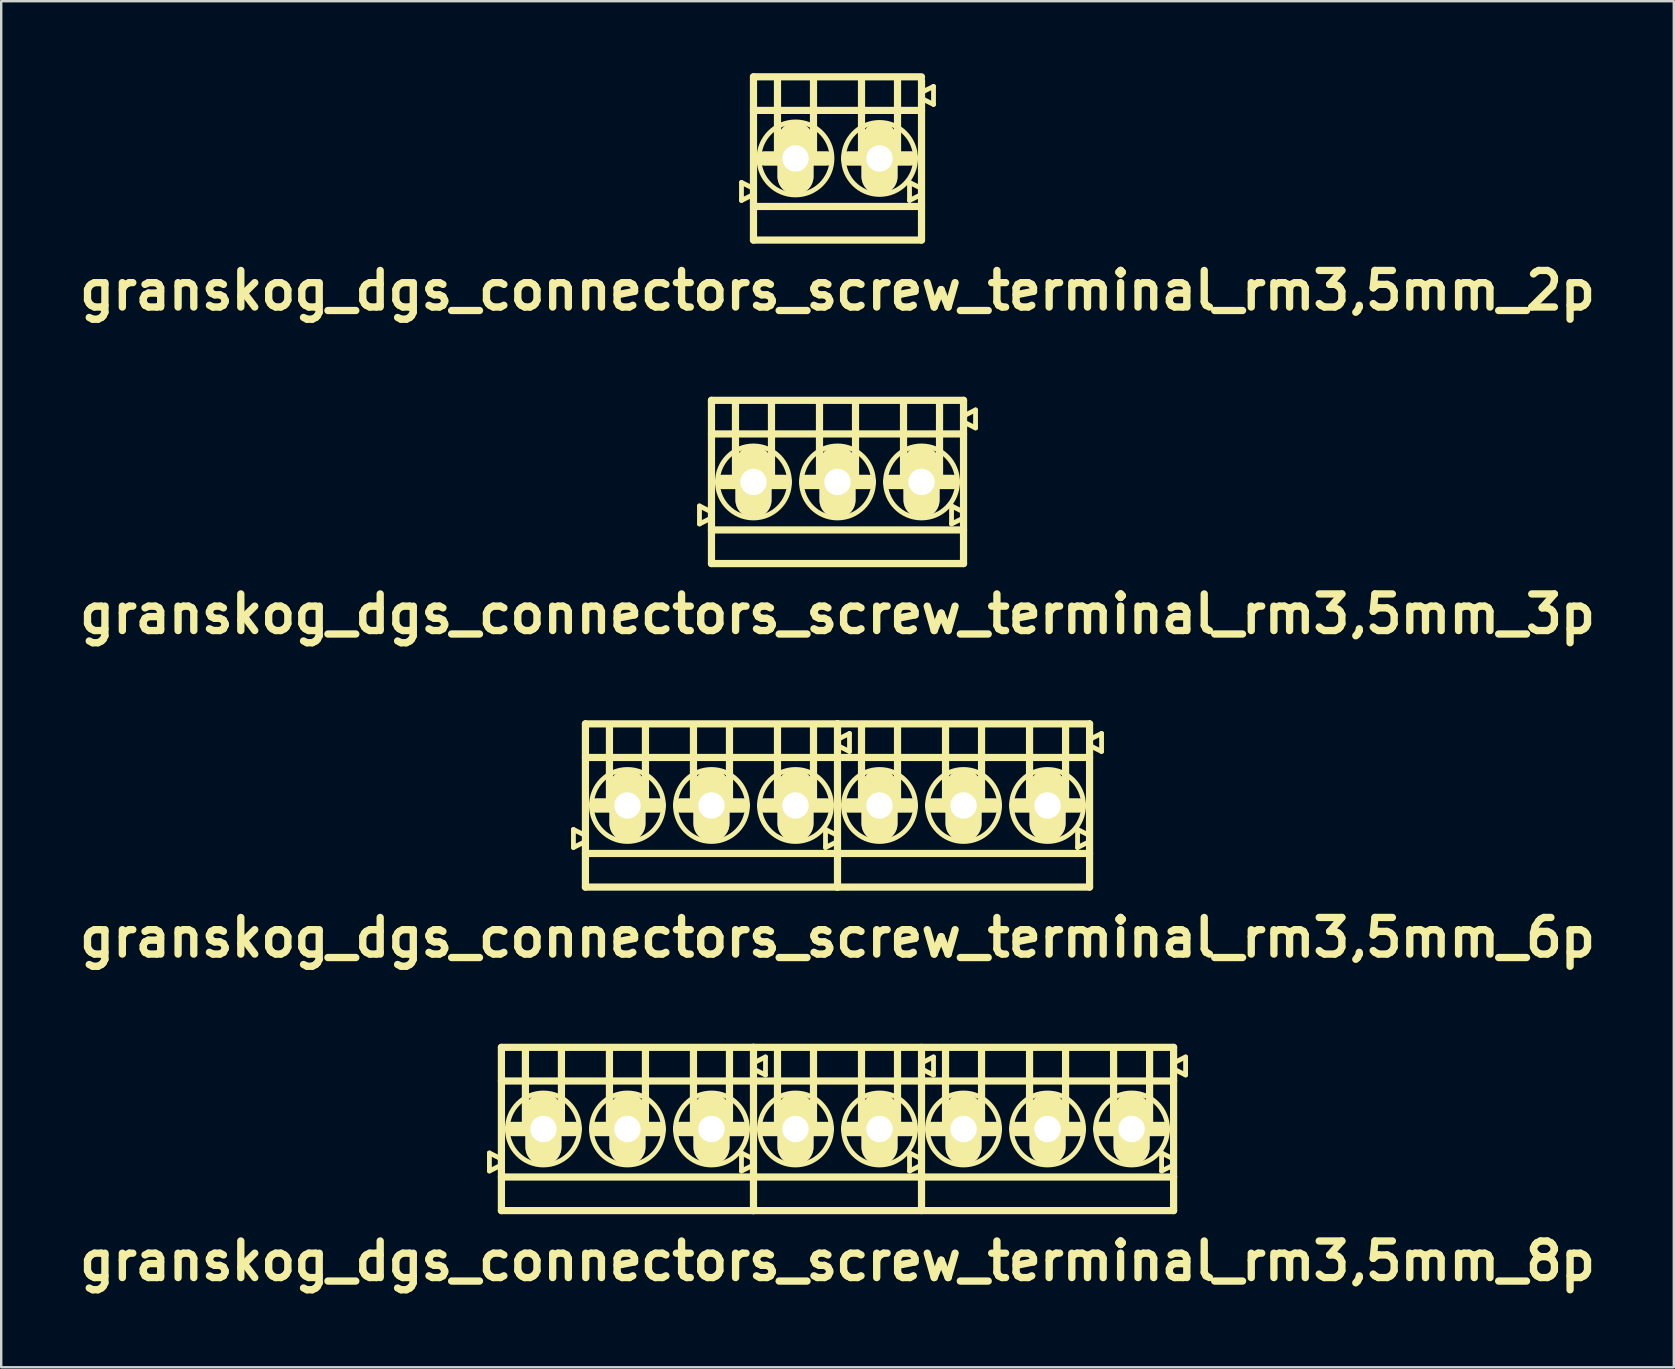
<source format=kicad_pcb>
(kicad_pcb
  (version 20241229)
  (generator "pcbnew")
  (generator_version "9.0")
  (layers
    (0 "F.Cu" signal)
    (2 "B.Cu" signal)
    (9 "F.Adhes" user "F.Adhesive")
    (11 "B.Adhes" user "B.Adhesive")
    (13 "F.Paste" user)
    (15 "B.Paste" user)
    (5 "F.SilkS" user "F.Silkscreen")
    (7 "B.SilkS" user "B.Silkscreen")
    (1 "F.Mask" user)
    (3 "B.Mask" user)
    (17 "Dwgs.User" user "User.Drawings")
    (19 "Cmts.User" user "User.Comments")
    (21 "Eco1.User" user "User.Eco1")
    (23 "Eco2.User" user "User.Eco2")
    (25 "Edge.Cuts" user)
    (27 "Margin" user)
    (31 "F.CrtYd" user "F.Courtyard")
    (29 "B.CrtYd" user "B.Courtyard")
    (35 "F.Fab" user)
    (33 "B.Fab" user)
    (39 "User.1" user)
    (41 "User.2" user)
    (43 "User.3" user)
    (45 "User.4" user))
  (footprint "granskog_dgs_connectors_screw_terminal_rm3,5mm_8p"
    (layer "F.Cu")
    (at 19.587 43.979)
    (property "Reference" "granskog_dgs_connectors_screw_terminal_rm3,5mm_8p" (at 12.25 5.5 0) (layer "F.SilkS") (effects (font (size 1.524 1.524) (thickness 0.305))))
    (attr through_hole)
    (fp_line (start -2.25 1) (end -1.75 1.25) (stroke (width 0.2) (type solid)) (layer "F.SilkS"))
    (fp_line (start -2.25 1.75) (end -2.25 1) (stroke (width 0.2) (type solid)) (layer "F.SilkS"))
    (fp_line (start -1.75 -3.4) (end -1.75 3.4) (stroke (width 0.3) (type solid)) (layer "F.SilkS"))
    (fp_line (start -1.75 -2) (end 8.75 -2) (stroke (width 0.3) (type solid)) (layer "F.SilkS"))
    (fp_line (start -1.75 1.5) (end -2.25 1.75) (stroke (width 0.2) (type solid)) (layer "F.SilkS"))
    (fp_line (start -1.75 2) (end 8.75 2) (stroke (width 0.3) (type solid)) (layer "F.SilkS"))
    (fp_line (start -1.75 3.4) (end 8.75 3.4) (stroke (width 0.3) (type solid)) (layer "F.SilkS"))
    (fp_line (start -1.3 0) (end 1.3 0) (stroke (width 0.6) (type solid)) (layer "F.SilkS"))
    (fp_line (start -0.75 0) (end -0.75 -3.25) (stroke (width 0.3) (type solid)) (layer "F.SilkS"))
    (fp_line (start 0.75 0) (end 0.75 -3.25) (stroke (width 0.3) (type solid)) (layer "F.SilkS"))
    (fp_line (start 2.2 0) (end 4.8 0) (stroke (width 0.6) (type solid)) (layer "F.SilkS"))
    (fp_line (start 2.75 0) (end 2.75 -3.25) (stroke (width 0.3) (type solid)) (layer "F.SilkS"))
    (fp_line (start 4.25 0) (end 4.25 -3.25) (stroke (width 0.3) (type solid)) (layer "F.SilkS"))
    (fp_line (start 5.7 0) (end 8.3 0) (stroke (width 0.6) (type solid)) (layer "F.SilkS"))
    (fp_line (start 6.25 0) (end 6.25 -3.25) (stroke (width 0.3) (type solid)) (layer "F.SilkS"))
    (fp_line (start 7.75 0) (end 7.75 -3.25) (stroke (width 0.3) (type solid)) (layer "F.SilkS"))
    (fp_line (start 8.25 1) (end 8.25 1.75) (stroke (width 0.2) (type solid)) (layer "F.SilkS"))
    (fp_line (start 8.25 1.75) (end 8.75 1.5) (stroke (width 0.2) (type solid)) (layer "F.SilkS"))
    (fp_line (start 8.75 -3.4) (end -1.75 -3.4) (stroke (width 0.3) (type solid)) (layer "F.SilkS"))
    (fp_line (start 8.75 -2.75) (end 9.25 -3) (stroke (width 0.2) (type solid)) (layer "F.SilkS"))
    (fp_line (start 8.75 -2) (end 15.75 -2) (stroke (width 0.3) (type solid)) (layer "F.SilkS"))
    (fp_line (start 8.75 1.25) (end 8.25 1) (stroke (width 0.2) (type solid)) (layer "F.SilkS"))
    (fp_line (start 8.75 3.4) (end 8.75 -3.4) (stroke (width 0.3) (type solid)) (layer "F.SilkS"))
    (fp_line (start 8.75 3.4) (end 15.75 3.4) (stroke (width 0.3) (type solid)) (layer "F.SilkS"))
    (fp_line (start 9.2 0) (end 11.8 0) (stroke (width 0.6) (type solid)) (layer "F.SilkS"))
    (fp_line (start 9.25 -3) (end 9.25 -2.25) (stroke (width 0.2) (type solid)) (layer "F.SilkS"))
    (fp_line (start 9.25 -2.25) (end 8.75 -2.5) (stroke (width 0.2) (type solid)) (layer "F.SilkS"))
    (fp_line (start 9.75 0) (end 9.75 -3.25) (stroke (width 0.3) (type solid)) (layer "F.SilkS"))
    (fp_line (start 11.25 0) (end 11.25 -3.25) (stroke (width 0.3) (type solid)) (layer "F.SilkS"))
    (fp_line (start 12.7 0) (end 15.3 0) (stroke (width 0.6) (type solid)) (layer "F.SilkS"))
    (fp_line (start 13.25 0) (end 13.25 -3.25) (stroke (width 0.3) (type solid)) (layer "F.SilkS"))
    (fp_line (start 14.75 0) (end 14.75 -3.25) (stroke (width 0.3) (type solid)) (layer "F.SilkS"))
    (fp_line (start 15.25 1) (end 15.75 1.25) (stroke (width 0.2) (type solid)) (layer "F.SilkS"))
    (fp_line (start 15.25 1.75) (end 15.25 1) (stroke (width 0.2) (type solid)) (layer "F.SilkS"))
    (fp_line (start 15.75 -3.4) (end 8.75 -3.4) (stroke (width 0.3) (type solid)) (layer "F.SilkS"))
    (fp_line (start 15.75 -3.25) (end 15.75 3.25) (stroke (width 0.3) (type solid)) (layer "F.SilkS"))
    (fp_line (start 15.75 -2.75) (end 16.25 -3) (stroke (width 0.2) (type solid)) (layer "F.SilkS"))
    (fp_line (start 15.75 -2) (end 26.25 -2) (stroke (width 0.3) (type solid)) (layer "F.SilkS"))
    (fp_line (start 15.75 1.5) (end 15.25 1.75) (stroke (width 0.2) (type solid)) (layer "F.SilkS"))
    (fp_line (start 15.75 2) (end 8.75 2) (stroke (width 0.3) (type solid)) (layer "F.SilkS"))
    (fp_line (start 15.75 2) (end 26.25 2) (stroke (width 0.3) (type solid)) (layer "F.SilkS"))
    (fp_line (start 15.75 3.4) (end 26.25 3.4) (stroke (width 0.3) (type solid)) (layer "F.SilkS"))
    (fp_line (start 16.2 0) (end 18.8 0) (stroke (width 0.6) (type solid)) (layer "F.SilkS"))
    (fp_line (start 16.25 -3) (end 16.25 -2.25) (stroke (width 0.2) (type solid)) (layer "F.SilkS"))
    (fp_line (start 16.25 -2.25) (end 15.75 -2.5) (stroke (width 0.2) (type solid)) (layer "F.SilkS"))
    (fp_line (start 16.75 0) (end 16.75 -3.25) (stroke (width 0.3) (type solid)) (layer "F.SilkS"))
    (fp_line (start 18.25 0) (end 18.25 -3.25) (stroke (width 0.3) (type solid)) (layer "F.SilkS"))
    (fp_line (start 19.7 0) (end 22.3 0) (stroke (width 0.6) (type solid)) (layer "F.SilkS"))
    (fp_line (start 20.25 0) (end 20.25 -3.25) (stroke (width 0.3) (type solid)) (layer "F.SilkS"))
    (fp_line (start 21.75 0) (end 21.75 -3.25) (stroke (width 0.3) (type solid)) (layer "F.SilkS"))
    (fp_line (start 23.2 0) (end 25.8 0) (stroke (width 0.6) (type solid)) (layer "F.SilkS"))
    (fp_line (start 23.75 0) (end 23.75 -3.25) (stroke (width 0.3) (type solid)) (layer "F.SilkS"))
    (fp_line (start 25.25 0) (end 25.25 -3.25) (stroke (width 0.3) (type solid)) (layer "F.SilkS"))
    (fp_line (start 25.75 1) (end 25.75 1.75) (stroke (width 0.2) (type solid)) (layer "F.SilkS"))
    (fp_line (start 25.75 1.75) (end 26.25 1.5) (stroke (width 0.2) (type solid)) (layer "F.SilkS"))
    (fp_line (start 26.25 -3.4) (end 15.75 -3.4) (stroke (width 0.3) (type solid)) (layer "F.SilkS"))
    (fp_line (start 26.25 -2.75) (end 26.75 -3) (stroke (width 0.2) (type solid)) (layer "F.SilkS"))
    (fp_line (start 26.25 1.25) (end 25.75 1) (stroke (width 0.2) (type solid)) (layer "F.SilkS"))
    (fp_line (start 26.25 3.4) (end 26.25 -3.4) (stroke (width 0.3) (type solid)) (layer "F.SilkS"))
    (fp_line (start 26.75 -3) (end 26.75 -2.25) (stroke (width 0.2) (type solid)) (layer "F.SilkS"))
    (fp_line (start 26.75 -2.25) (end 26.25 -2.5) (stroke (width 0.2) (type solid)) (layer "F.SilkS"))
    (fp_circle (center 0 0) (end 1.5 0) (stroke (width 0.2) (type solid)) (fill no) (layer "F.SilkS"))
    (fp_circle (center 3.5 0) (end 5 0) (stroke (width 0.2) (type solid)) (fill no) (layer "F.SilkS"))
    (fp_circle (center 7 0) (end 5.5 0) (stroke (width 0.2) (type solid)) (fill no) (layer "F.SilkS"))
    (fp_circle (center 10.5 0) (end 12 0) (stroke (width 0.2) (type solid)) (fill no) (layer "F.SilkS"))
    (fp_circle (center 14 0) (end 15.5 0) (stroke (width 0.2) (type solid)) (fill no) (layer "F.SilkS"))
    (fp_circle (center 17.5 0) (end 19 0) (stroke (width 0.2) (type solid)) (fill no) (layer "F.SilkS"))
    (fp_circle (center 21 0) (end 22.5 0) (stroke (width 0.2) (type solid)) (fill no) (layer "F.SilkS"))
    (fp_circle (center 24.5 0) (end 23 0) (stroke (width 0.2) (type solid)) (fill no) (layer "F.SilkS"))
    (pad "1" thru_hole oval (at 0 0 90) (size 3 1.501) (drill 1.1) (layers "*.Cu" "*.Mask" "F.SilkS"))
    (pad "2" thru_hole oval (at 3.5 0 90) (size 3 1.501) (drill 1.1) (layers "*.Cu" "*.Mask" "F.SilkS"))
    (pad "3" thru_hole oval (at 7 0 90) (size 3 1.501) (drill 1.1) (layers "*.Cu" "*.Mask" "F.SilkS"))
    (pad "4" thru_hole oval (at 10.5 0 90) (size 3 1.501) (drill 1.1) (layers "*.Cu" "*.Mask" "F.SilkS"))
    (pad "5" thru_hole oval (at 14 0 90) (size 3 1.501) (drill 1.1) (layers "*.Cu" "*.Mask" "F.SilkS"))
    (pad "6" thru_hole oval (at 17.5 0 90) (size 3 1.501) (drill 1.1) (layers "*.Cu" "*.Mask" "F.SilkS"))
    (pad "7" thru_hole oval (at 21 0 90) (size 3 1.501) (drill 1.1) (layers "*.Cu" "*.Mask" "F.SilkS"))
    (pad "8" thru_hole oval (at 24.5 0 90) (size 3 1.501) (drill 1.1) (layers "*.Cu" "*.Mask" "F.SilkS")))
  (footprint "granskog_dgs_connectors_screw_terminal_rm3,5mm_3p"
    (layer "F.Cu")
    (at 28.337 17.026)
    (property "Reference" "granskog_dgs_connectors_screw_terminal_rm3,5mm_3p" (at 3.5 5.5 0) (layer "F.SilkS") (effects (font (size 1.524 1.524) (thickness 0.305))))
    (attr through_hole)
    (fp_line (start -2.25 1) (end -1.75 1.25) (stroke (width 0.2) (type solid)) (layer "F.SilkS"))
    (fp_line (start -2.25 1.75) (end -2.25 1) (stroke (width 0.2) (type solid)) (layer "F.SilkS"))
    (fp_line (start -1.75 -3.4) (end -1.75 3.4) (stroke (width 0.3) (type solid)) (layer "F.SilkS"))
    (fp_line (start -1.75 -2) (end 8.75 -2) (stroke (width 0.3) (type solid)) (layer "F.SilkS"))
    (fp_line (start -1.75 1.5) (end -2.25 1.75) (stroke (width 0.2) (type solid)) (layer "F.SilkS"))
    (fp_line (start -1.75 2) (end 8.75 2) (stroke (width 0.3) (type solid)) (layer "F.SilkS"))
    (fp_line (start -1.75 3.4) (end 8.75 3.4) (stroke (width 0.3) (type solid)) (layer "F.SilkS"))
    (fp_line (start -1.3 0) (end 1.3 0) (stroke (width 0.6) (type solid)) (layer "F.SilkS"))
    (fp_line (start -0.75 0) (end -0.75 -3.25) (stroke (width 0.3) (type solid)) (layer "F.SilkS"))
    (fp_line (start 0.75 0) (end 0.75 -3.25) (stroke (width 0.3) (type solid)) (layer "F.SilkS"))
    (fp_line (start 2.2 0) (end 4.8 0) (stroke (width 0.6) (type solid)) (layer "F.SilkS"))
    (fp_line (start 2.75 0) (end 2.75 -3.25) (stroke (width 0.3) (type solid)) (layer "F.SilkS"))
    (fp_line (start 4.25 0) (end 4.25 -3.25) (stroke (width 0.3) (type solid)) (layer "F.SilkS"))
    (fp_line (start 5.7 0) (end 8.3 0) (stroke (width 0.6) (type solid)) (layer "F.SilkS"))
    (fp_line (start 6.25 0) (end 6.25 -3.25) (stroke (width 0.3) (type solid)) (layer "F.SilkS"))
    (fp_line (start 7.75 0) (end 7.75 -3.25) (stroke (width 0.3) (type solid)) (layer "F.SilkS"))
    (fp_line (start 8.25 1) (end 8.25 1.75) (stroke (width 0.2) (type solid)) (layer "F.SilkS"))
    (fp_line (start 8.25 1.75) (end 8.75 1.5) (stroke (width 0.2) (type solid)) (layer "F.SilkS"))
    (fp_line (start 8.75 -3.4) (end -1.75 -3.4) (stroke (width 0.3) (type solid)) (layer "F.SilkS"))
    (fp_line (start 8.75 -2.75) (end 9.25 -3) (stroke (width 0.2) (type solid)) (layer "F.SilkS"))
    (fp_line (start 8.75 1.25) (end 8.25 1) (stroke (width 0.2) (type solid)) (layer "F.SilkS"))
    (fp_line (start 8.75 3.4) (end 8.75 -3.4) (stroke (width 0.3) (type solid)) (layer "F.SilkS"))
    (fp_line (start 9.25 -3) (end 9.25 -2.25) (stroke (width 0.2) (type solid)) (layer "F.SilkS"))
    (fp_line (start 9.25 -2.25) (end 8.75 -2.5) (stroke (width 0.2) (type solid)) (layer "F.SilkS"))
    (fp_circle (center 0 0) (end 1.5 0) (stroke (width 0.2) (type solid)) (fill no) (layer "F.SilkS"))
    (fp_circle (center 3.5 0) (end 5 0) (stroke (width 0.2) (type solid)) (fill no) (layer "F.SilkS"))
    (fp_circle (center 7 0) (end 5.5 0) (stroke (width 0.2) (type solid)) (fill no) (layer "F.SilkS"))
    (pad "1" thru_hole oval (at 0 0 90) (size 3 1.501) (drill 1.1) (layers "*.Cu" "*.Mask" "F.SilkS"))
    (pad "2" thru_hole oval (at 3.5 0 90) (size 3 1.501) (drill 1.1) (layers "*.Cu" "*.Mask" "F.SilkS"))
    (pad "3" thru_hole oval (at 7 0 90) (size 3 1.501) (drill 1.1) (layers "*.Cu" "*.Mask" "F.SilkS")))
  (footprint "granskog_dgs_connectors_screw_terminal_rm3,5mm_2p"
    (layer "F.Cu")
    (at 30.087 3.55)
    (property "Reference" "granskog_dgs_connectors_screw_terminal_rm3,5mm_2p" (at 1.75 5.5 0) (layer "F.SilkS") (effects (font (size 1.524 1.524) (thickness 0.305))))
    (attr through_hole)
    (fp_line (start -2.25 1) (end -1.75 1.25) (stroke (width 0.2) (type solid)) (layer "F.SilkS"))
    (fp_line (start -2.25 1.75) (end -2.25 1) (stroke (width 0.2) (type solid)) (layer "F.SilkS"))
    (fp_line (start -1.75 -3.4) (end -1.75 3.4) (stroke (width 0.3) (type solid)) (layer "F.SilkS"))
    (fp_line (start -1.75 -2) (end 5.25 -2) (stroke (width 0.3) (type solid)) (layer "F.SilkS"))
    (fp_line (start -1.75 1.5) (end -2.25 1.75) (stroke (width 0.2) (type solid)) (layer "F.SilkS"))
    (fp_line (start -1.75 2) (end 5.25 2) (stroke (width 0.3) (type solid)) (layer "F.SilkS"))
    (fp_line (start -1.75 3.4) (end 5.25 3.4) (stroke (width 0.3) (type solid)) (layer "F.SilkS"))
    (fp_line (start -1.3 0) (end 1.3 0) (stroke (width 0.6) (type solid)) (layer "F.SilkS"))
    (fp_line (start -0.75 0) (end -0.75 -3.25) (stroke (width 0.3) (type solid)) (layer "F.SilkS"))
    (fp_line (start 0.75 0) (end 0.75 -3.25) (stroke (width 0.3) (type solid)) (layer "F.SilkS"))
    (fp_line (start 2.2 0) (end 4.8 0) (stroke (width 0.6) (type solid)) (layer "F.SilkS"))
    (fp_line (start 2.75 0) (end 2.75 -3.25) (stroke (width 0.3) (type solid)) (layer "F.SilkS"))
    (fp_line (start 4.25 0) (end 4.25 -3.25) (stroke (width 0.3) (type solid)) (layer "F.SilkS"))
    (fp_line (start 4.75 1) (end 5.25 1.25) (stroke (width 0.2) (type solid)) (layer "F.SilkS"))
    (fp_line (start 4.75 1.75) (end 4.75 1) (stroke (width 0.2) (type solid)) (layer "F.SilkS"))
    (fp_line (start 5.25 -3.4) (end -1.75 -3.4) (stroke (width 0.3) (type solid)) (layer "F.SilkS"))
    (fp_line (start 5.25 -2.75) (end 5.75 -3) (stroke (width 0.2) (type solid)) (layer "F.SilkS"))
    (fp_line (start 5.25 1.5) (end 4.75 1.75) (stroke (width 0.2) (type solid)) (layer "F.SilkS"))
    (fp_line (start 5.25 3.4) (end 5.25 -3.25) (stroke (width 0.3) (type solid)) (layer "F.SilkS"))
    (fp_line (start 5.75 -3) (end 5.75 -2.25) (stroke (width 0.2) (type solid)) (layer "F.SilkS"))
    (fp_line (start 5.75 -2.25) (end 5.25 -2.5) (stroke (width 0.2) (type solid)) (layer "F.SilkS"))
    (fp_circle (center 0 0) (end 1.5 0.25) (stroke (width 0.2) (type solid)) (fill no) (layer "F.SilkS"))
    (fp_circle (center 3.5 0) (end 2 0) (stroke (width 0.2) (type solid)) (fill no) (layer "F.SilkS"))
    (pad "1" thru_hole oval (at 0 0 90) (size 3 1.501) (drill 1.1) (layers "*.Cu" "*.Mask" "F.SilkS"))
    (pad "2" thru_hole oval (at 3.5 0 90) (size 3 1.501) (drill 1.1) (layers "*.Cu" "*.Mask" "F.SilkS")))
  (footprint "granskog_dgs_connectors_screw_terminal_rm3,5mm_6p"
    (layer "F.Cu")
    (at 23.087 30.503)
    (property "Reference" "granskog_dgs_connectors_screw_terminal_rm3,5mm_6p" (at 8.75 5.5 0) (layer "F.SilkS") (effects (font (size 1.524 1.524) (thickness 0.305))))
    (attr through_hole)
    (fp_line (start -2.25 1) (end -1.75 1.25) (stroke (width 0.2) (type solid)) (layer "F.SilkS"))
    (fp_line (start -2.25 1.75) (end -2.25 1) (stroke (width 0.2) (type solid)) (layer "F.SilkS"))
    (fp_line (start -1.75 -3.4) (end -1.75 3.4) (stroke (width 0.3) (type solid)) (layer "F.SilkS"))
    (fp_line (start -1.75 -2) (end 8.75 -2) (stroke (width 0.3) (type solid)) (layer "F.SilkS"))
    (fp_line (start -1.75 1.5) (end -2.25 1.75) (stroke (width 0.2) (type solid)) (layer "F.SilkS"))
    (fp_line (start -1.75 2) (end 8.75 2) (stroke (width 0.3) (type solid)) (layer "F.SilkS"))
    (fp_line (start -1.75 3.4) (end 8.75 3.4) (stroke (width 0.3) (type solid)) (layer "F.SilkS"))
    (fp_line (start -1.3 0) (end 1.3 0) (stroke (width 0.6) (type solid)) (layer "F.SilkS"))
    (fp_line (start -0.75 0) (end -0.75 -3.25) (stroke (width 0.3) (type solid)) (layer "F.SilkS"))
    (fp_line (start 0.75 0) (end 0.75 -3.25) (stroke (width 0.3) (type solid)) (layer "F.SilkS"))
    (fp_line (start 2.2 0) (end 4.8 0) (stroke (width 0.6) (type solid)) (layer "F.SilkS"))
    (fp_line (start 2.75 0) (end 2.75 -3.25) (stroke (width 0.3) (type solid)) (layer "F.SilkS"))
    (fp_line (start 4.25 0) (end 4.25 -3.25) (stroke (width 0.3) (type solid)) (layer "F.SilkS"))
    (fp_line (start 5.7 0) (end 8.3 0) (stroke (width 0.6) (type solid)) (layer "F.SilkS"))
    (fp_line (start 6.25 0) (end 6.25 -3.25) (stroke (width 0.3) (type solid)) (layer "F.SilkS"))
    (fp_line (start 7.75 0) (end 7.75 -3.25) (stroke (width 0.3) (type solid)) (layer "F.SilkS"))
    (fp_line (start 8.25 1) (end 8.25 1.75) (stroke (width 0.2) (type solid)) (layer "F.SilkS"))
    (fp_line (start 8.25 1.75) (end 8.75 1.5) (stroke (width 0.2) (type solid)) (layer "F.SilkS"))
    (fp_line (start 8.75 -3.4) (end -1.75 -3.4) (stroke (width 0.3) (type solid)) (layer "F.SilkS"))
    (fp_line (start 8.75 -2.75) (end 9.25 -3) (stroke (width 0.2) (type solid)) (layer "F.SilkS"))
    (fp_line (start 8.75 -2) (end 19.25 -2) (stroke (width 0.3) (type solid)) (layer "F.SilkS"))
    (fp_line (start 8.75 1.25) (end 8.25 1) (stroke (width 0.2) (type solid)) (layer "F.SilkS"))
    (fp_line (start 8.75 2) (end 19.25 2) (stroke (width 0.3) (type solid)) (layer "F.SilkS"))
    (fp_line (start 8.75 3.4) (end 8.75 -3.4) (stroke (width 0.3) (type solid)) (layer "F.SilkS"))
    (fp_line (start 8.75 3.4) (end 19.25 3.4) (stroke (width 0.3) (type solid)) (layer "F.SilkS"))
    (fp_line (start 9.2 0) (end 11.8 0) (stroke (width 0.6) (type solid)) (layer "F.SilkS"))
    (fp_line (start 9.25 -3) (end 9.25 -2.25) (stroke (width 0.2) (type solid)) (layer "F.SilkS"))
    (fp_line (start 9.25 -2.25) (end 8.75 -2.5) (stroke (width 0.2) (type solid)) (layer "F.SilkS"))
    (fp_line (start 9.75 0) (end 9.75 -3.25) (stroke (width 0.3) (type solid)) (layer "F.SilkS"))
    (fp_line (start 11.25 0) (end 11.25 -3.25) (stroke (width 0.3) (type solid)) (layer "F.SilkS"))
    (fp_line (start 12.7 0) (end 15.3 0) (stroke (width 0.6) (type solid)) (layer "F.SilkS"))
    (fp_line (start 13.25 0) (end 13.25 -3.25) (stroke (width 0.3) (type solid)) (layer "F.SilkS"))
    (fp_line (start 14.75 0) (end 14.75 -3.25) (stroke (width 0.3) (type solid)) (layer "F.SilkS"))
    (fp_line (start 16.2 0) (end 18.8 0) (stroke (width 0.6) (type solid)) (layer "F.SilkS"))
    (fp_line (start 16.75 0) (end 16.75 -3.25) (stroke (width 0.3) (type solid)) (layer "F.SilkS"))
    (fp_line (start 18.25 0) (end 18.25 -3.25) (stroke (width 0.3) (type solid)) (layer "F.SilkS"))
    (fp_line (start 18.75 1) (end 18.75 1.75) (stroke (width 0.2) (type solid)) (layer "F.SilkS"))
    (fp_line (start 18.75 1.75) (end 19.25 1.5) (stroke (width 0.2) (type solid)) (layer "F.SilkS"))
    (fp_line (start 19.25 -3.4) (end 8.75 -3.4) (stroke (width 0.3) (type solid)) (layer "F.SilkS"))
    (fp_line (start 19.25 -2.75) (end 19.75 -3) (stroke (width 0.2) (type solid)) (layer "F.SilkS"))
    (fp_line (start 19.25 1.25) (end 18.75 1) (stroke (width 0.2) (type solid)) (layer "F.SilkS"))
    (fp_line (start 19.25 3.4) (end 19.25 -3.4) (stroke (width 0.3) (type solid)) (layer "F.SilkS"))
    (fp_line (start 19.75 -3) (end 19.75 -2.25) (stroke (width 0.2) (type solid)) (layer "F.SilkS"))
    (fp_line (start 19.75 -2.25) (end 19.25 -2.5) (stroke (width 0.2) (type solid)) (layer "F.SilkS"))
    (fp_circle (center 0 0) (end 1.5 0) (stroke (width 0.2) (type solid)) (fill no) (layer "F.SilkS"))
    (fp_circle (center 3.5 0) (end 5 0) (stroke (width 0.2) (type solid)) (fill no) (layer "F.SilkS"))
    (fp_circle (center 7 0) (end 5.5 0) (stroke (width 0.2) (type solid)) (fill no) (layer "F.SilkS"))
    (fp_circle (center 10.5 0) (end 12 0) (stroke (width 0.2) (type solid)) (fill no) (layer "F.SilkS"))
    (fp_circle (center 14 0) (end 15.5 0) (stroke (width 0.2) (type solid)) (fill no) (layer "F.SilkS"))
    (fp_circle (center 17.5 0) (end 16 0) (stroke (width 0.2) (type solid)) (fill no) (layer "F.SilkS"))
    (pad "1" thru_hole oval (at 0 0 90) (size 3 1.501) (drill 1.1) (layers "*.Cu" "*.Mask" "F.SilkS"))
    (pad "2" thru_hole oval (at 3.5 0 90) (size 3 1.501) (drill 1.1) (layers "*.Cu" "*.Mask" "F.SilkS"))
    (pad "3" thru_hole oval (at 7 0 90) (size 3 1.501) (drill 1.1) (layers "*.Cu" "*.Mask" "F.SilkS"))
    (pad "4" thru_hole oval (at 10.5 0 90) (size 3 1.501) (drill 1.1) (layers "*.Cu" "*.Mask" "F.SilkS"))
    (pad "5" thru_hole oval (at 14 0 90) (size 3 1.501) (drill 1.1) (layers "*.Cu" "*.Mask" "F.SilkS"))
    (pad "6" thru_hole oval (at 17.5 0 90) (size 3 1.501) (drill 1.1) (layers "*.Cu" "*.Mask" "F.SilkS")))
  (gr_rect
    (start -3 -3)
    (end 66.674 53.906)
    (stroke (width 0.1) (type default))
    (fill no)
    (layer "Edge.Cuts")))
</source>
